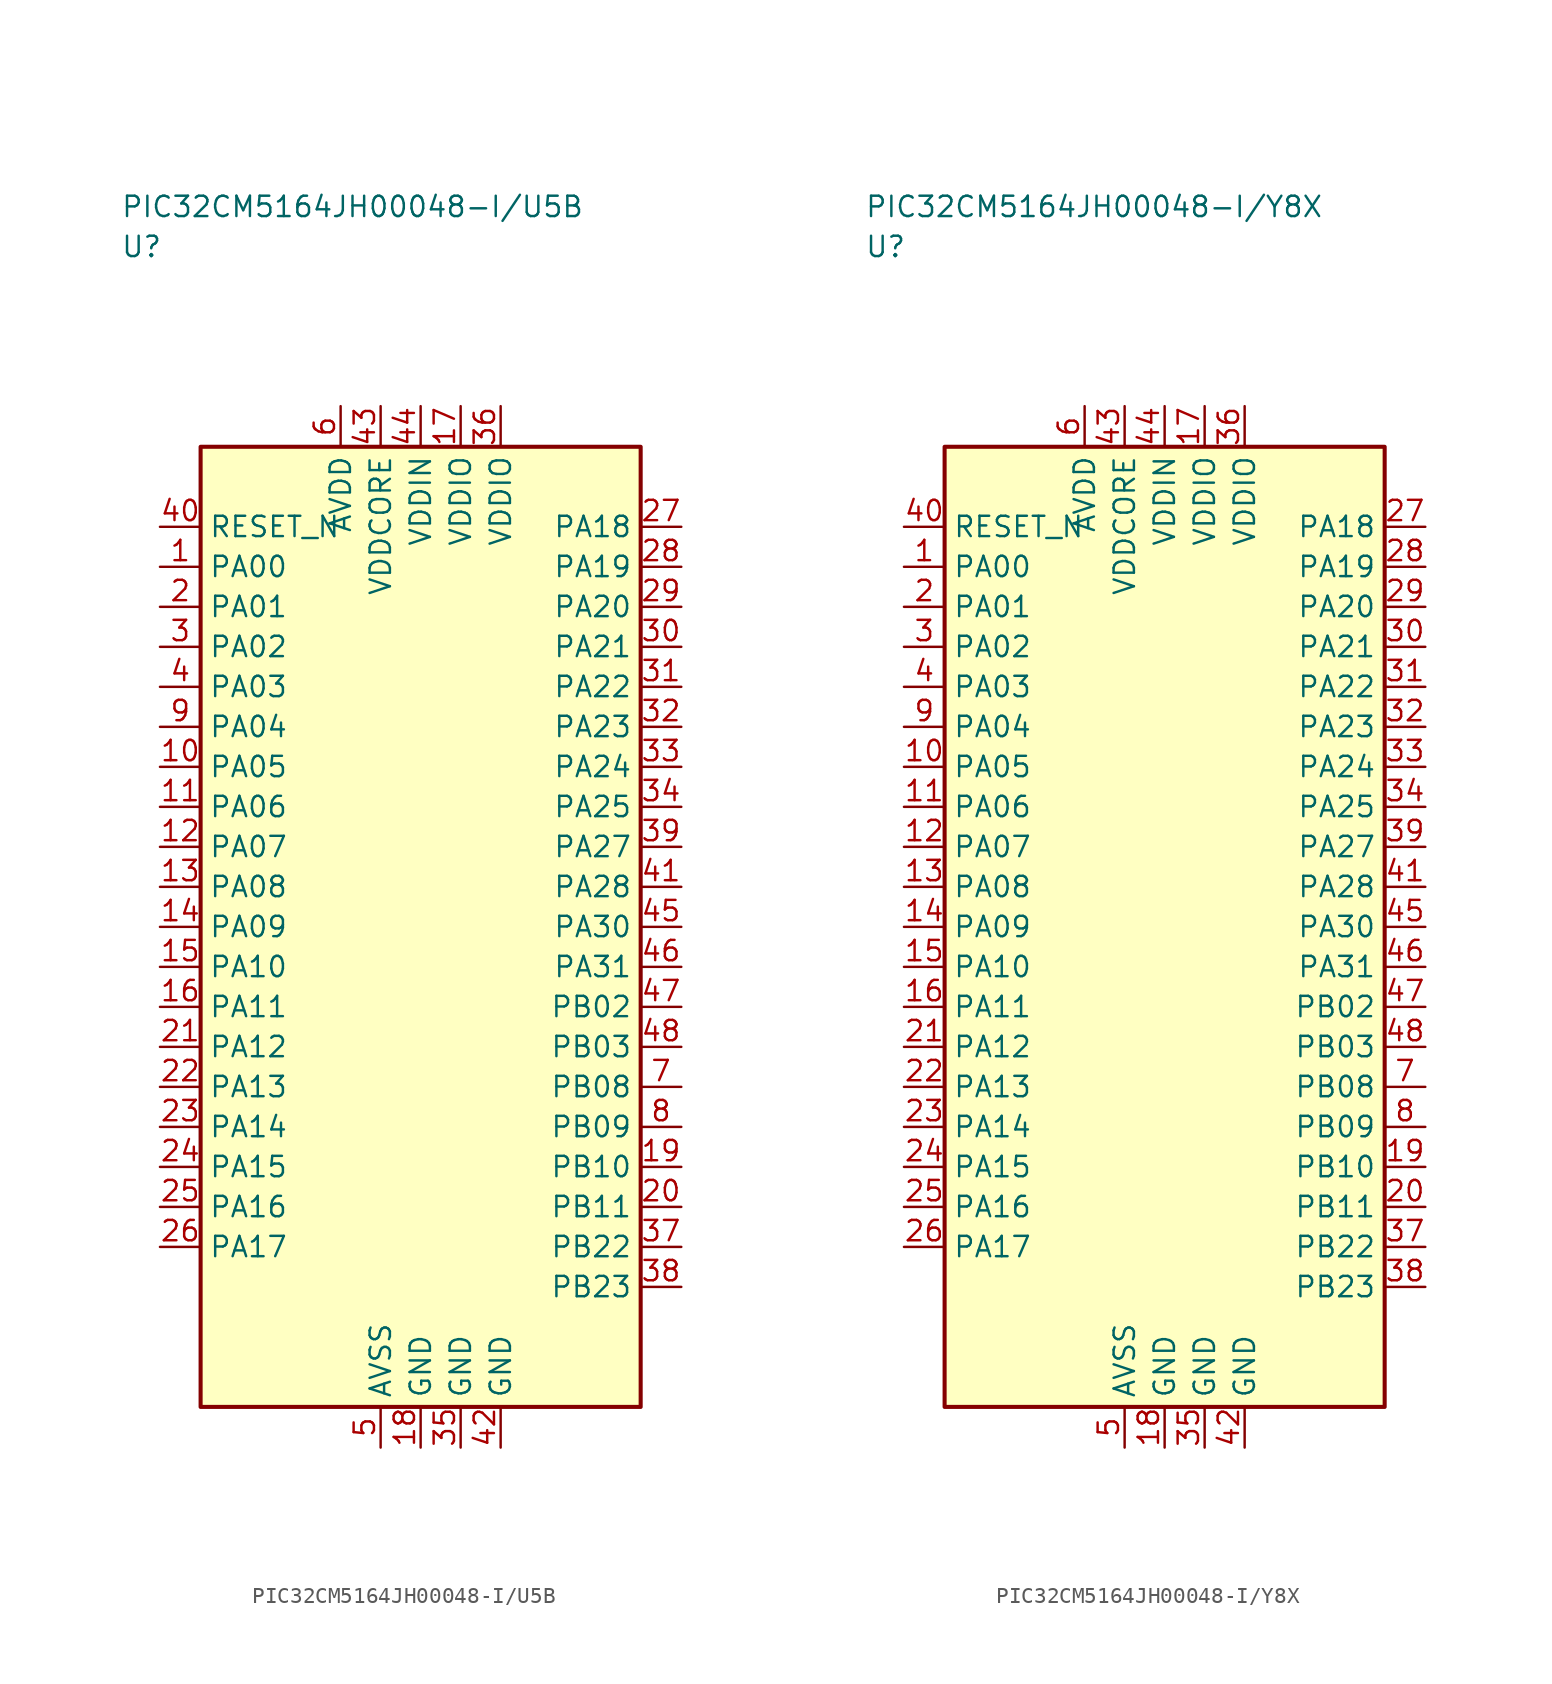
<source format=kicad_sym>
(kicad_symbol_lib
  (version 20241025)
  (generator "kicad_symbol_editor")
  (generator_version "8.0")
  (symbol "PIC32CM5164JH00048-I/U5B"
    (property "Reference" "U"
      (at -18.75 42.5 0)
      (effects (font (size 1.27 1.27)) (justify left)))
    (property "Value" "PIC32CM5164JH00048-I/U5B"
      (at -18.75 45.0 0)
      (effects (font (size 1.27 1.27)) (justify left)))
    (symbol "PIC32CM5164JH00048-I/U5B_0_1"
      (rectangle (start -13.75 30.0) (end 13.75 -30.0) (stroke (width 0.254) (type default)) (fill (type background))))
    (symbol "PIC32CM5164JH00048-I/U5B_1_1"
      (pin bidirectional line (at -16.29 22.5 0.0) (length 2.54) (name "PA00" (effects (font (size 1.27 1.27)))) (number "1" (effects (font (size 1.27 1.27)))))
      (pin bidirectional line (at -16.29 20.0 0.0) (length 2.54) (name "PA01" (effects (font (size 1.27 1.27)))) (number "2" (effects (font (size 1.27 1.27)))))
      (pin bidirectional line (at -16.29 17.5 0.0) (length 2.54) (name "PA02" (effects (font (size 1.27 1.27)))) (number "3" (effects (font (size 1.27 1.27)))))
      (pin bidirectional line (at -16.29 15.0 0.0) (length 2.54) (name "PA03" (effects (font (size 1.27 1.27)))) (number "4" (effects (font (size 1.27 1.27)))))
      (pin passive line (at -2.5 -32.54 90.0) (length 2.54) (name "AVSS" (effects (font (size 1.27 1.27)))) (number "5" (effects (font (size 1.27 1.27)))))
      (pin power_in line (at -5.0 32.54 270.0) (length 2.54) (name "AVDD" (effects (font (size 1.27 1.27)))) (number "6" (effects (font (size 1.27 1.27)))))
      (pin bidirectional line (at 16.29 -10.0 180.0) (length 2.54) (name "PB08" (effects (font (size 1.27 1.27)))) (number "7" (effects (font (size 1.27 1.27)))))
      (pin bidirectional line (at 16.29 -12.5 180.0) (length 2.54) (name "PB09" (effects (font (size 1.27 1.27)))) (number "8" (effects (font (size 1.27 1.27)))))
      (pin bidirectional line (at -16.29 12.5 0.0) (length 2.54) (name "PA04" (effects (font (size 1.27 1.27)))) (number "9" (effects (font (size 1.27 1.27)))))
      (pin bidirectional line (at -16.29 10.0 0.0) (length 2.54) (name "PA05" (effects (font (size 1.27 1.27)))) (number "10" (effects (font (size 1.27 1.27)))))
      (pin bidirectional line (at -16.29 7.5 0.0) (length 2.54) (name "PA06" (effects (font (size 1.27 1.27)))) (number "11" (effects (font (size 1.27 1.27)))))
      (pin bidirectional line (at -16.29 5.0 0.0) (length 2.54) (name "PA07" (effects (font (size 1.27 1.27)))) (number "12" (effects (font (size 1.27 1.27)))))
      (pin bidirectional line (at -16.29 2.5 0.0) (length 2.54) (name "PA08" (effects (font (size 1.27 1.27)))) (number "13" (effects (font (size 1.27 1.27)))))
      (pin bidirectional line (at -16.29 0.0 0.0) (length 2.54) (name "PA09" (effects (font (size 1.27 1.27)))) (number "14" (effects (font (size 1.27 1.27)))))
      (pin bidirectional line (at -16.29 -2.5 0.0) (length 2.54) (name "PA10" (effects (font (size 1.27 1.27)))) (number "15" (effects (font (size 1.27 1.27)))))
      (pin bidirectional line (at -16.29 -5.0 0.0) (length 2.54) (name "PA11" (effects (font (size 1.27 1.27)))) (number "16" (effects (font (size 1.27 1.27)))))
      (pin power_in line (at 2.5 32.54 270.0) (length 2.54) (name "VDDIO" (effects (font (size 1.27 1.27)))) (number "17" (effects (font (size 1.27 1.27)))))
      (pin passive line (at 0.0 -32.54 90.0) (length 2.54) (name "GND" (effects (font (size 1.27 1.27)))) (number "18" (effects (font (size 1.27 1.27)))))
      (pin bidirectional line (at 16.29 -15.0 180.0) (length 2.54) (name "PB10" (effects (font (size 1.27 1.27)))) (number "19" (effects (font (size 1.27 1.27)))))
      (pin bidirectional line (at 16.29 -17.5 180.0) (length 2.54) (name "PB11" (effects (font (size 1.27 1.27)))) (number "20" (effects (font (size 1.27 1.27)))))
      (pin bidirectional line (at -16.29 -7.5 0.0) (length 2.54) (name "PA12" (effects (font (size 1.27 1.27)))) (number "21" (effects (font (size 1.27 1.27)))))
      (pin bidirectional line (at -16.29 -10.0 0.0) (length 2.54) (name "PA13" (effects (font (size 1.27 1.27)))) (number "22" (effects (font (size 1.27 1.27)))))
      (pin bidirectional line (at -16.29 -12.5 0.0) (length 2.54) (name "PA14" (effects (font (size 1.27 1.27)))) (number "23" (effects (font (size 1.27 1.27)))))
      (pin bidirectional line (at -16.29 -15.0 0.0) (length 2.54) (name "PA15" (effects (font (size 1.27 1.27)))) (number "24" (effects (font (size 1.27 1.27)))))
      (pin bidirectional line (at -16.29 -17.5 0.0) (length 2.54) (name "PA16" (effects (font (size 1.27 1.27)))) (number "25" (effects (font (size 1.27 1.27)))))
      (pin bidirectional line (at -16.29 -20.0 0.0) (length 2.54) (name "PA17" (effects (font (size 1.27 1.27)))) (number "26" (effects (font (size 1.27 1.27)))))
      (pin bidirectional line (at 16.29 25.0 180.0) (length 2.54) (name "PA18" (effects (font (size 1.27 1.27)))) (number "27" (effects (font (size 1.27 1.27)))))
      (pin bidirectional line (at 16.29 22.5 180.0) (length 2.54) (name "PA19" (effects (font (size 1.27 1.27)))) (number "28" (effects (font (size 1.27 1.27)))))
      (pin bidirectional line (at 16.29 20.0 180.0) (length 2.54) (name "PA20" (effects (font (size 1.27 1.27)))) (number "29" (effects (font (size 1.27 1.27)))))
      (pin bidirectional line (at 16.29 17.5 180.0) (length 2.54) (name "PA21" (effects (font (size 1.27 1.27)))) (number "30" (effects (font (size 1.27 1.27)))))
      (pin bidirectional line (at 16.29 15.0 180.0) (length 2.54) (name "PA22" (effects (font (size 1.27 1.27)))) (number "31" (effects (font (size 1.27 1.27)))))
      (pin bidirectional line (at 16.29 12.5 180.0) (length 2.54) (name "PA23" (effects (font (size 1.27 1.27)))) (number "32" (effects (font (size 1.27 1.27)))))
      (pin bidirectional line (at 16.29 10.0 180.0) (length 2.54) (name "PA24" (effects (font (size 1.27 1.27)))) (number "33" (effects (font (size 1.27 1.27)))))
      (pin bidirectional line (at 16.29 7.5 180.0) (length 2.54) (name "PA25" (effects (font (size 1.27 1.27)))) (number "34" (effects (font (size 1.27 1.27)))))
      (pin passive line (at 2.5 -32.54 90.0) (length 2.54) (name "GND" (effects (font (size 1.27 1.27)))) (number "35" (effects (font (size 1.27 1.27)))))
      (pin power_in line (at 5.0 32.54 270.0) (length 2.54) (name "VDDIO" (effects (font (size 1.27 1.27)))) (number "36" (effects (font (size 1.27 1.27)))))
      (pin bidirectional line (at 16.29 -20.0 180.0) (length 2.54) (name "PB22" (effects (font (size 1.27 1.27)))) (number "37" (effects (font (size 1.27 1.27)))))
      (pin bidirectional line (at 16.29 -22.5 180.0) (length 2.54) (name "PB23" (effects (font (size 1.27 1.27)))) (number "38" (effects (font (size 1.27 1.27)))))
      (pin bidirectional line (at 16.29 5.0 180.0) (length 2.54) (name "PA27" (effects (font (size 1.27 1.27)))) (number "39" (effects (font (size 1.27 1.27)))))
      (pin input line (at -16.29 25.0 0.0) (length 2.54) (name "RESET_N" (effects (font (size 1.27 1.27)))) (number "40" (effects (font (size 1.27 1.27)))))
      (pin bidirectional line (at 16.29 2.5 180.0) (length 2.54) (name "PA28" (effects (font (size 1.27 1.27)))) (number "41" (effects (font (size 1.27 1.27)))))
      (pin passive line (at 5.0 -32.54 90.0) (length 2.54) (name "GND" (effects (font (size 1.27 1.27)))) (number "42" (effects (font (size 1.27 1.27)))))
      (pin power_in line (at -2.5 32.54 270.0) (length 2.54) (name "VDDCORE" (effects (font (size 1.27 1.27)))) (number "43" (effects (font (size 1.27 1.27)))))
      (pin power_in line (at 0.0 32.54 270.0) (length 2.54) (name "VDDIN" (effects (font (size 1.27 1.27)))) (number "44" (effects (font (size 1.27 1.27)))))
      (pin bidirectional line (at 16.29 0.0 180.0) (length 2.54) (name "PA30" (effects (font (size 1.27 1.27)))) (number "45" (effects (font (size 1.27 1.27)))))
      (pin bidirectional line (at 16.29 -2.5 180.0) (length 2.54) (name "PA31" (effects (font (size 1.27 1.27)))) (number "46" (effects (font (size 1.27 1.27)))))
      (pin bidirectional line (at 16.29 -5.0 180.0) (length 2.54) (name "PB02" (effects (font (size 1.27 1.27)))) (number "47" (effects (font (size 1.27 1.27)))))
      (pin bidirectional line (at 16.29 -7.5 180.0) (length 2.54) (name "PB03" (effects (font (size 1.27 1.27)))) (number "48" (effects (font (size 1.27 1.27)))))))
  (symbol "PIC32CM5164JH00048-I/Y8X"
    (property "Reference" "U"
      (at -18.75 42.5 0)
      (effects (font (size 1.27 1.27)) (justify left)))
    (property "Value" "PIC32CM5164JH00048-I/Y8X"
      (at -18.75 45.0 0)
      (effects (font (size 1.27 1.27)) (justify left)))
    (symbol "PIC32CM5164JH00048-I/Y8X_0_1"
      (rectangle (start -13.75 30.0) (end 13.75 -30.0) (stroke (width 0.254) (type default)) (fill (type background))))
    (symbol "PIC32CM5164JH00048-I/Y8X_1_1"
      (pin bidirectional line (at -16.29 22.5 0.0) (length 2.54) (name "PA00" (effects (font (size 1.27 1.27)))) (number "1" (effects (font (size 1.27 1.27)))))
      (pin bidirectional line (at -16.29 20.0 0.0) (length 2.54) (name "PA01" (effects (font (size 1.27 1.27)))) (number "2" (effects (font (size 1.27 1.27)))))
      (pin bidirectional line (at -16.29 17.5 0.0) (length 2.54) (name "PA02" (effects (font (size 1.27 1.27)))) (number "3" (effects (font (size 1.27 1.27)))))
      (pin bidirectional line (at -16.29 15.0 0.0) (length 2.54) (name "PA03" (effects (font (size 1.27 1.27)))) (number "4" (effects (font (size 1.27 1.27)))))
      (pin passive line (at -2.5 -32.54 90.0) (length 2.54) (name "AVSS" (effects (font (size 1.27 1.27)))) (number "5" (effects (font (size 1.27 1.27)))))
      (pin power_in line (at -5.0 32.54 270.0) (length 2.54) (name "AVDD" (effects (font (size 1.27 1.27)))) (number "6" (effects (font (size 1.27 1.27)))))
      (pin bidirectional line (at 16.29 -10.0 180.0) (length 2.54) (name "PB08" (effects (font (size 1.27 1.27)))) (number "7" (effects (font (size 1.27 1.27)))))
      (pin bidirectional line (at 16.29 -12.5 180.0) (length 2.54) (name "PB09" (effects (font (size 1.27 1.27)))) (number "8" (effects (font (size 1.27 1.27)))))
      (pin bidirectional line (at -16.29 12.5 0.0) (length 2.54) (name "PA04" (effects (font (size 1.27 1.27)))) (number "9" (effects (font (size 1.27 1.27)))))
      (pin bidirectional line (at -16.29 10.0 0.0) (length 2.54) (name "PA05" (effects (font (size 1.27 1.27)))) (number "10" (effects (font (size 1.27 1.27)))))
      (pin bidirectional line (at -16.29 7.5 0.0) (length 2.54) (name "PA06" (effects (font (size 1.27 1.27)))) (number "11" (effects (font (size 1.27 1.27)))))
      (pin bidirectional line (at -16.29 5.0 0.0) (length 2.54) (name "PA07" (effects (font (size 1.27 1.27)))) (number "12" (effects (font (size 1.27 1.27)))))
      (pin bidirectional line (at -16.29 2.5 0.0) (length 2.54) (name "PA08" (effects (font (size 1.27 1.27)))) (number "13" (effects (font (size 1.27 1.27)))))
      (pin bidirectional line (at -16.29 0.0 0.0) (length 2.54) (name "PA09" (effects (font (size 1.27 1.27)))) (number "14" (effects (font (size 1.27 1.27)))))
      (pin bidirectional line (at -16.29 -2.5 0.0) (length 2.54) (name "PA10" (effects (font (size 1.27 1.27)))) (number "15" (effects (font (size 1.27 1.27)))))
      (pin bidirectional line (at -16.29 -5.0 0.0) (length 2.54) (name "PA11" (effects (font (size 1.27 1.27)))) (number "16" (effects (font (size 1.27 1.27)))))
      (pin power_in line (at 2.5 32.54 270.0) (length 2.54) (name "VDDIO" (effects (font (size 1.27 1.27)))) (number "17" (effects (font (size 1.27 1.27)))))
      (pin passive line (at 0.0 -32.54 90.0) (length 2.54) (name "GND" (effects (font (size 1.27 1.27)))) (number "18" (effects (font (size 1.27 1.27)))))
      (pin bidirectional line (at 16.29 -15.0 180.0) (length 2.54) (name "PB10" (effects (font (size 1.27 1.27)))) (number "19" (effects (font (size 1.27 1.27)))))
      (pin bidirectional line (at 16.29 -17.5 180.0) (length 2.54) (name "PB11" (effects (font (size 1.27 1.27)))) (number "20" (effects (font (size 1.27 1.27)))))
      (pin bidirectional line (at -16.29 -7.5 0.0) (length 2.54) (name "PA12" (effects (font (size 1.27 1.27)))) (number "21" (effects (font (size 1.27 1.27)))))
      (pin bidirectional line (at -16.29 -10.0 0.0) (length 2.54) (name "PA13" (effects (font (size 1.27 1.27)))) (number "22" (effects (font (size 1.27 1.27)))))
      (pin bidirectional line (at -16.29 -12.5 0.0) (length 2.54) (name "PA14" (effects (font (size 1.27 1.27)))) (number "23" (effects (font (size 1.27 1.27)))))
      (pin bidirectional line (at -16.29 -15.0 0.0) (length 2.54) (name "PA15" (effects (font (size 1.27 1.27)))) (number "24" (effects (font (size 1.27 1.27)))))
      (pin bidirectional line (at -16.29 -17.5 0.0) (length 2.54) (name "PA16" (effects (font (size 1.27 1.27)))) (number "25" (effects (font (size 1.27 1.27)))))
      (pin bidirectional line (at -16.29 -20.0 0.0) (length 2.54) (name "PA17" (effects (font (size 1.27 1.27)))) (number "26" (effects (font (size 1.27 1.27)))))
      (pin bidirectional line (at 16.29 25.0 180.0) (length 2.54) (name "PA18" (effects (font (size 1.27 1.27)))) (number "27" (effects (font (size 1.27 1.27)))))
      (pin bidirectional line (at 16.29 22.5 180.0) (length 2.54) (name "PA19" (effects (font (size 1.27 1.27)))) (number "28" (effects (font (size 1.27 1.27)))))
      (pin bidirectional line (at 16.29 20.0 180.0) (length 2.54) (name "PA20" (effects (font (size 1.27 1.27)))) (number "29" (effects (font (size 1.27 1.27)))))
      (pin bidirectional line (at 16.29 17.5 180.0) (length 2.54) (name "PA21" (effects (font (size 1.27 1.27)))) (number "30" (effects (font (size 1.27 1.27)))))
      (pin bidirectional line (at 16.29 15.0 180.0) (length 2.54) (name "PA22" (effects (font (size 1.27 1.27)))) (number "31" (effects (font (size 1.27 1.27)))))
      (pin bidirectional line (at 16.29 12.5 180.0) (length 2.54) (name "PA23" (effects (font (size 1.27 1.27)))) (number "32" (effects (font (size 1.27 1.27)))))
      (pin bidirectional line (at 16.29 10.0 180.0) (length 2.54) (name "PA24" (effects (font (size 1.27 1.27)))) (number "33" (effects (font (size 1.27 1.27)))))
      (pin bidirectional line (at 16.29 7.5 180.0) (length 2.54) (name "PA25" (effects (font (size 1.27 1.27)))) (number "34" (effects (font (size 1.27 1.27)))))
      (pin passive line (at 2.5 -32.54 90.0) (length 2.54) (name "GND" (effects (font (size 1.27 1.27)))) (number "35" (effects (font (size 1.27 1.27)))))
      (pin power_in line (at 5.0 32.54 270.0) (length 2.54) (name "VDDIO" (effects (font (size 1.27 1.27)))) (number "36" (effects (font (size 1.27 1.27)))))
      (pin bidirectional line (at 16.29 -20.0 180.0) (length 2.54) (name "PB22" (effects (font (size 1.27 1.27)))) (number "37" (effects (font (size 1.27 1.27)))))
      (pin bidirectional line (at 16.29 -22.5 180.0) (length 2.54) (name "PB23" (effects (font (size 1.27 1.27)))) (number "38" (effects (font (size 1.27 1.27)))))
      (pin bidirectional line (at 16.29 5.0 180.0) (length 2.54) (name "PA27" (effects (font (size 1.27 1.27)))) (number "39" (effects (font (size 1.27 1.27)))))
      (pin input line (at -16.29 25.0 0.0) (length 2.54) (name "RESET_N" (effects (font (size 1.27 1.27)))) (number "40" (effects (font (size 1.27 1.27)))))
      (pin bidirectional line (at 16.29 2.5 180.0) (length 2.54) (name "PA28" (effects (font (size 1.27 1.27)))) (number "41" (effects (font (size 1.27 1.27)))))
      (pin passive line (at 5.0 -32.54 90.0) (length 2.54) (name "GND" (effects (font (size 1.27 1.27)))) (number "42" (effects (font (size 1.27 1.27)))))
      (pin power_in line (at -2.5 32.54 270.0) (length 2.54) (name "VDDCORE" (effects (font (size 1.27 1.27)))) (number "43" (effects (font (size 1.27 1.27)))))
      (pin power_in line (at 0.0 32.54 270.0) (length 2.54) (name "VDDIN" (effects (font (size 1.27 1.27)))) (number "44" (effects (font (size 1.27 1.27)))))
      (pin bidirectional line (at 16.29 0.0 180.0) (length 2.54) (name "PA30" (effects (font (size 1.27 1.27)))) (number "45" (effects (font (size 1.27 1.27)))))
      (pin bidirectional line (at 16.29 -2.5 180.0) (length 2.54) (name "PA31" (effects (font (size 1.27 1.27)))) (number "46" (effects (font (size 1.27 1.27)))))
      (pin bidirectional line (at 16.29 -5.0 180.0) (length 2.54) (name "PB02" (effects (font (size 1.27 1.27)))) (number "47" (effects (font (size 1.27 1.27)))))
      (pin bidirectional line (at 16.29 -7.5 180.0) (length 2.54) (name "PB03" (effects (font (size 1.27 1.27)))) (number "48" (effects (font (size 1.27 1.27))))))))
</source>
